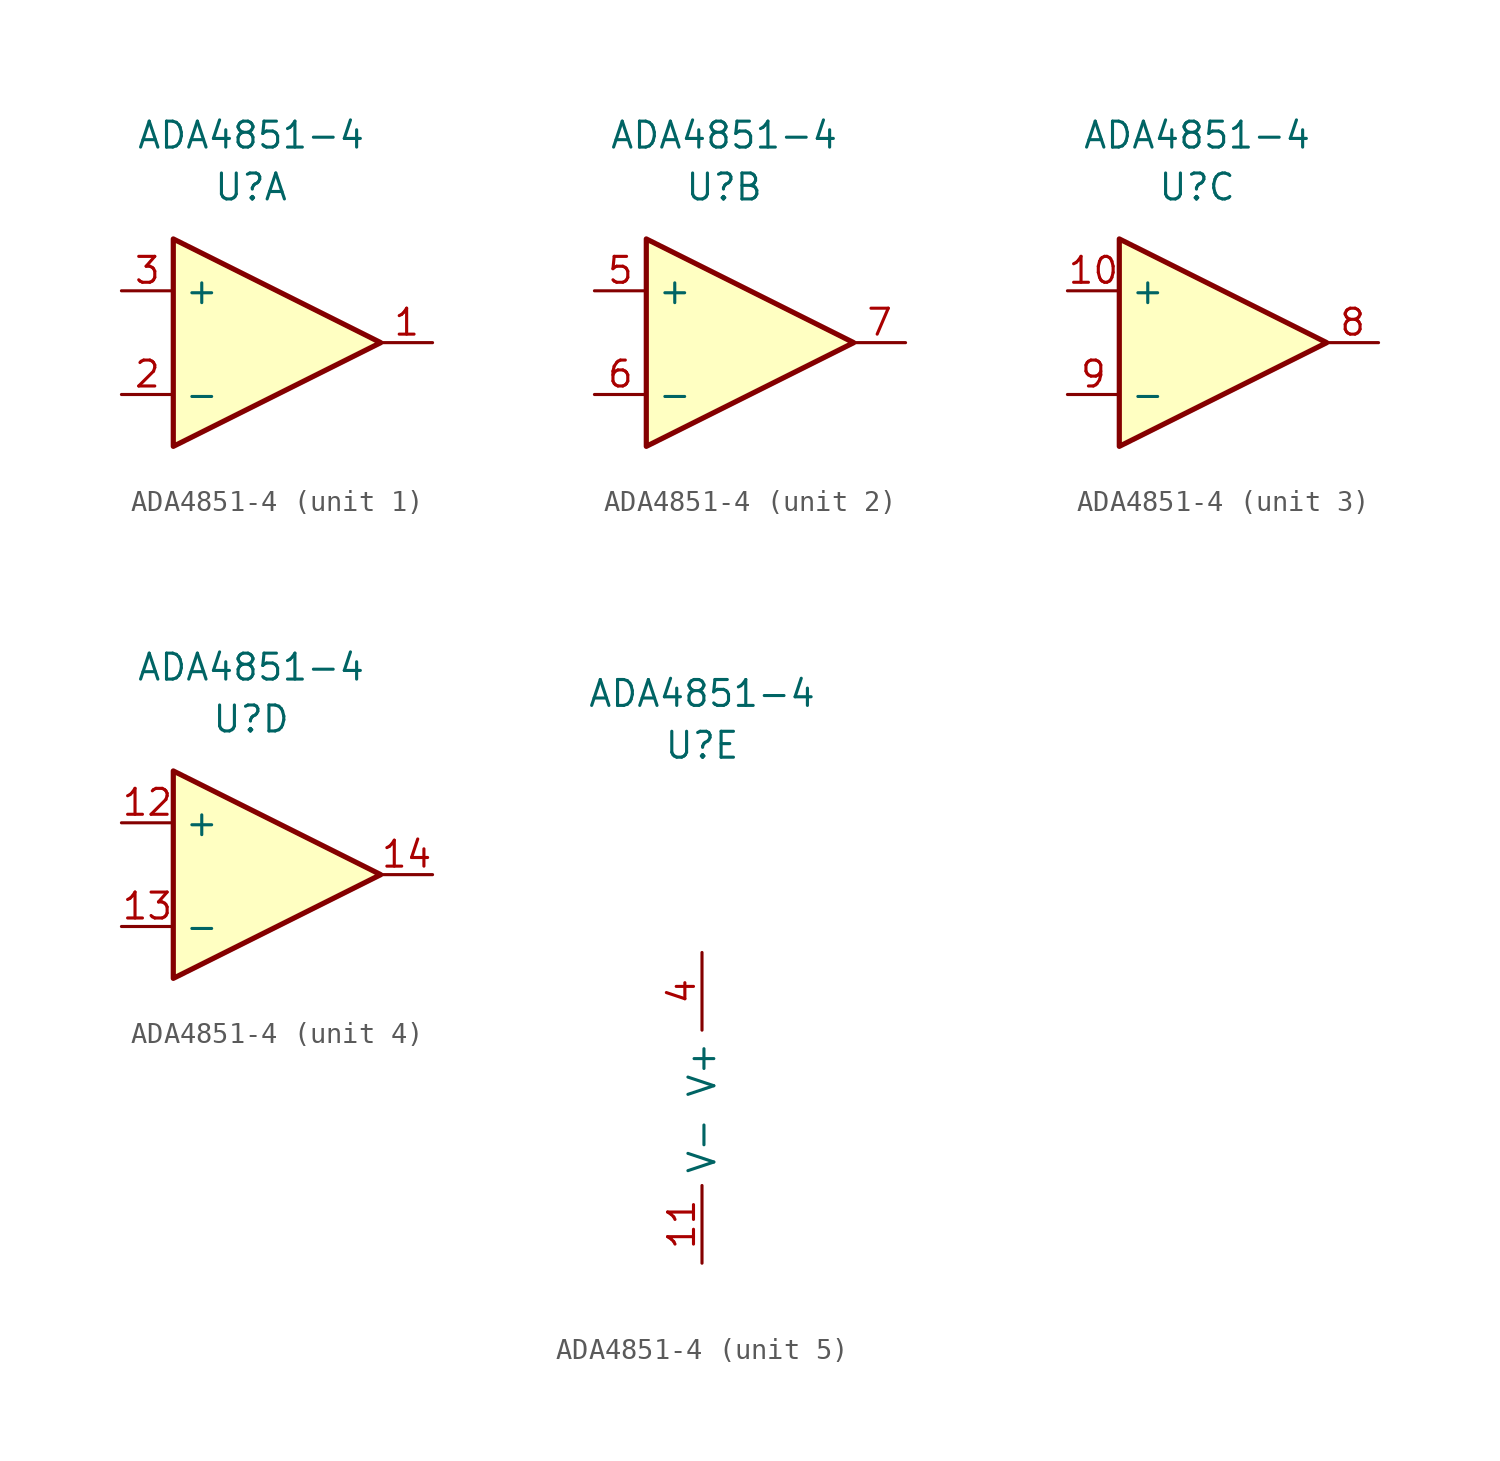
<source format=kicad_sym>
(kicad_symbol_lib
  (version 20211014)
  (generator kicad_symbol_editor)
  (symbol "ADA4851-4"
    (property "Reference" "U"
      (at 0 0 0)
      (effects (font (size 1.27 1.27))))
    (property "Value" "ADA4851-4"
      (at 0 2.54 0)
      (effects (font (size 1.27 1.27))))
    (property "ki_locked" ""
      (at 0 0 0)
      (effects (font (size 1.27 1.27))))
    (symbol "ADA4851-4_1_1"
      (polyline (pts (xy -3.81 -2.54) (xy 6.35 -7.62) (xy -3.81 -12.7) (xy -3.81 -2.54)) (stroke (width 0.254) (type default) (color 0 0 0 0)) (fill (type background)))
      (pin output line (at 8.89 -7.62 180) (length 2.54) (name "~" (effects (font (size 1.27 1.27)))) (number "1" (effects (font (size 1.27 1.27)))))
      (pin input line (at -6.35 -10.16 0) (length 2.54) (name "-" (effects (font (size 1.27 1.27)))) (number "2" (effects (font (size 1.27 1.27)))))
      (pin input line (at -6.35 -5.08 0) (length 2.54) (name "+" (effects (font (size 1.27 1.27)))) (number "3" (effects (font (size 1.27 1.27))))))
    (symbol "ADA4851-4_2_1"
      (polyline (pts (xy -3.81 -2.54) (xy 6.35 -7.62) (xy -3.81 -12.7) (xy -3.81 -2.54)) (stroke (width 0.254) (type default) (color 0 0 0 0)) (fill (type background)))
      (pin input line (at -6.35 -5.08 0) (length 2.54) (name "+" (effects (font (size 1.27 1.27)))) (number "5" (effects (font (size 1.27 1.27)))))
      (pin input line (at -6.35 -10.16 0) (length 2.54) (name "-" (effects (font (size 1.27 1.27)))) (number "6" (effects (font (size 1.27 1.27)))))
      (pin output line (at 8.89 -7.62 180) (length 2.54) (name "~" (effects (font (size 1.27 1.27)))) (number "7" (effects (font (size 1.27 1.27))))))
    (symbol "ADA4851-4_3_1"
      (polyline (pts (xy -3.81 -2.54) (xy 6.35 -7.62) (xy -3.81 -12.7) (xy -3.81 -2.54)) (stroke (width 0.254) (type default) (color 0 0 0 0)) (fill (type background)))
      (pin input line (at -6.35 -5.08 0) (length 2.54) (name "+" (effects (font (size 1.27 1.27)))) (number "10" (effects (font (size 1.27 1.27)))))
      (pin output line (at 8.89 -7.62 180) (length 2.54) (name "~" (effects (font (size 1.27 1.27)))) (number "8" (effects (font (size 1.27 1.27)))))
      (pin input line (at -6.35 -10.16 0) (length 2.54) (name "-" (effects (font (size 1.27 1.27)))) (number "9" (effects (font (size 1.27 1.27))))))
    (symbol "ADA4851-4_4_1"
      (polyline (pts (xy -3.81 -2.54) (xy 6.35 -7.62) (xy -3.81 -12.7) (xy -3.81 -2.54)) (stroke (width 0.254) (type default) (color 0 0 0 0)) (fill (type background)))
      (pin input line (at -6.35 -5.08 0) (length 2.54) (name "+" (effects (font (size 1.27 1.27)))) (number "12" (effects (font (size 1.27 1.27)))))
      (pin input line (at -6.35 -10.16 0) (length 2.54) (name "-" (effects (font (size 1.27 1.27)))) (number "13" (effects (font (size 1.27 1.27)))))
      (pin output line (at 8.89 -7.62 180) (length 2.54) (name "~" (effects (font (size 1.27 1.27)))) (number "14" (effects (font (size 1.27 1.27))))))
    (symbol "ADA4851-4_5_1"
      (pin power_in line (at 0 -25.4 90) (length 3.81) (name "V-" (effects (font (size 1.27 1.27)))) (number "11" (effects (font (size 1.27 1.27)))))
      (pin power_in line (at 0 -10.16 270) (length 3.81) (name "V+" (effects (font (size 1.27 1.27)))) (number "4" (effects (font (size 1.27 1.27))))))))
</source>
